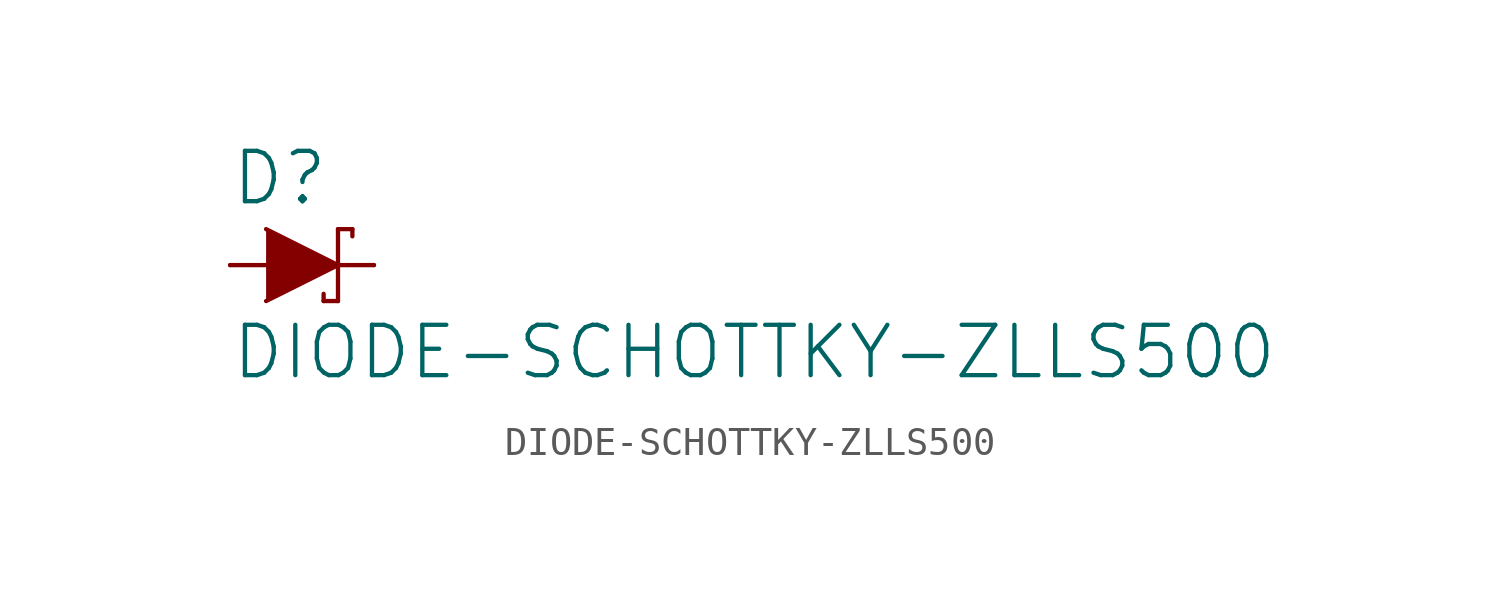
<source format=kicad_sym>
(kicad_symbol_lib
  (version 20211014)
  (generator kicad_symbol_editor)
  (symbol "DIODE-SCHOTTKY-ZLLS500"
    (property "Reference" "D"
      (at -2.54 2.032 0)
      (effects (font (size 1.778 1.778)) (justify left bottom)))
    (property "Value" "DIODE-SCHOTTKY-ZLLS500"
      (at -2.54 -2.032 0)
      (effects (font (size 1.778 1.778)) (justify left top)))
    (property "ki_locked" ""
      (at 0 0 0)
      (effects (font (size 1.27 1.27))))
    (symbol "DIODE-SCHOTTKY-ZLLS500_1_0"
      (polyline (pts (xy -2.54 0) (xy -1.27 0)) (stroke (width 0.152) (type default) (color 0 0 0 0)) (fill (type none)))
      (polyline (pts (xy 0.762 -1.27) (xy 0.762 -1.016)) (stroke (width 0.152) (type default) (color 0 0 0 0)) (fill (type none)))
      (polyline (pts (xy 1.27 -1.27) (xy 0.762 -1.27)) (stroke (width 0.152) (type default) (color 0 0 0 0)) (fill (type none)))
      (polyline (pts (xy 1.27 0) (xy 1.27 -1.27)) (stroke (width 0.152) (type default) (color 0 0 0 0)) (fill (type none)))
      (polyline (pts (xy 1.27 1.27) (xy 1.27 0)) (stroke (width 0.152) (type default) (color 0 0 0 0)) (fill (type none)))
      (polyline (pts (xy 1.27 1.27) (xy 1.778 1.27)) (stroke (width 0.152) (type default) (color 0 0 0 0)) (fill (type none)))
      (polyline (pts (xy 1.778 1.27) (xy 1.778 1.016)) (stroke (width 0.152) (type default) (color 0 0 0 0)) (fill (type none)))
      (polyline (pts (xy 2.54 0) (xy 1.27 0)) (stroke (width 0.152) (type default) (color 0 0 0 0)) (fill (type none)))
      (polyline (pts (xy -1.27 1.27) (xy 1.27 0) (xy -1.27 -1.27)) (stroke (width 0) (type default) (color 0 0 0 0)) (fill (type outline)))
      (pin passive line (at -2.54 0 0) (length 0) (name "A" (effects (font (size 0 0)))) (number "1" (effects (font (size 0 0)))))
      (pin passive line (at 2.54 0 180) (length 0) (name "C" (effects (font (size 0 0)))) (number "3" (effects (font (size 0 0))))))))
</source>
